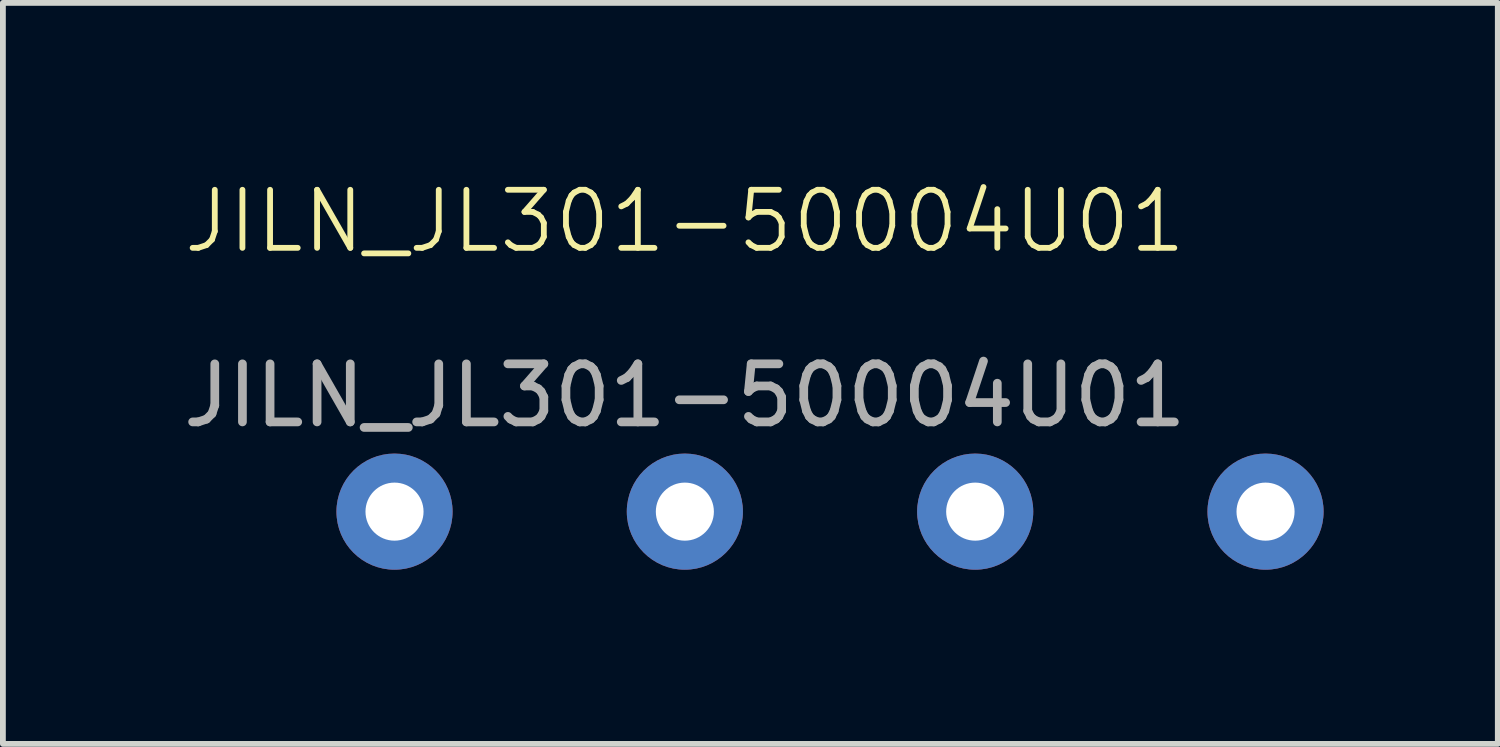
<source format=kicad_pcb>
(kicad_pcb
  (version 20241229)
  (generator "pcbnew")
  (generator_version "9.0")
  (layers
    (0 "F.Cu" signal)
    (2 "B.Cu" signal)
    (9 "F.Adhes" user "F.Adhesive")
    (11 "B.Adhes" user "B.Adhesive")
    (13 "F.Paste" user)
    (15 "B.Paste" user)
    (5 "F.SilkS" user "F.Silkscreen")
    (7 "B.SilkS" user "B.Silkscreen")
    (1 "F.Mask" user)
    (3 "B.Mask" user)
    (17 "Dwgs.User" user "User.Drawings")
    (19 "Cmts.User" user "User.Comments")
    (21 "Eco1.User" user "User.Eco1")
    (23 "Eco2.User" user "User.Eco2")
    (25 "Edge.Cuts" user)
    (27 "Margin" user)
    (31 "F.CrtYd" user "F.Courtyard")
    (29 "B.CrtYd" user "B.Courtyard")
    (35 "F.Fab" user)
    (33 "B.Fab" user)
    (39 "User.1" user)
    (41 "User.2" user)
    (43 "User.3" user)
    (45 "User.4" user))
  (footprint "JILN_JL301-50004U01"
    (layer "F.Cu")
    (at 3.744 5.761)
    (property "Reference" "JILN_JL301-50004U01" (at 5 -5 0) (unlocked yes) (layer "F.SilkS") (effects (font (size 1 1) (thickness 0.1))))
    (attr through_hole)
    (fp_text user "${REFERENCE}" (at 5 -2 0) (unlocked yes) (layer "F.Fab") (effects (font (size 1 1) (thickness 0.15))))
    (pad "1" thru_hole circle (at 0 0) (size 2 2) (drill 1) (layers "*.Cu" "*.Mask"))
    (pad "2" thru_hole circle (at 5 0) (size 2 2) (drill 1) (layers "*.Cu" "*.Mask"))
    (pad "3" thru_hole circle (at 10 0) (size 2 2) (drill 1) (layers "*.Cu" "*.Mask"))
    (pad "4" thru_hole circle (at 15 0) (size 2 2) (drill 1) (layers "*.Cu" "*.Mask")))
  (gr_rect
    (start -3 -3)
    (end 22.744 9.761)
    (stroke (width 0.1) (type default))
    (fill no)
    (layer "Edge.Cuts")))
</source>
